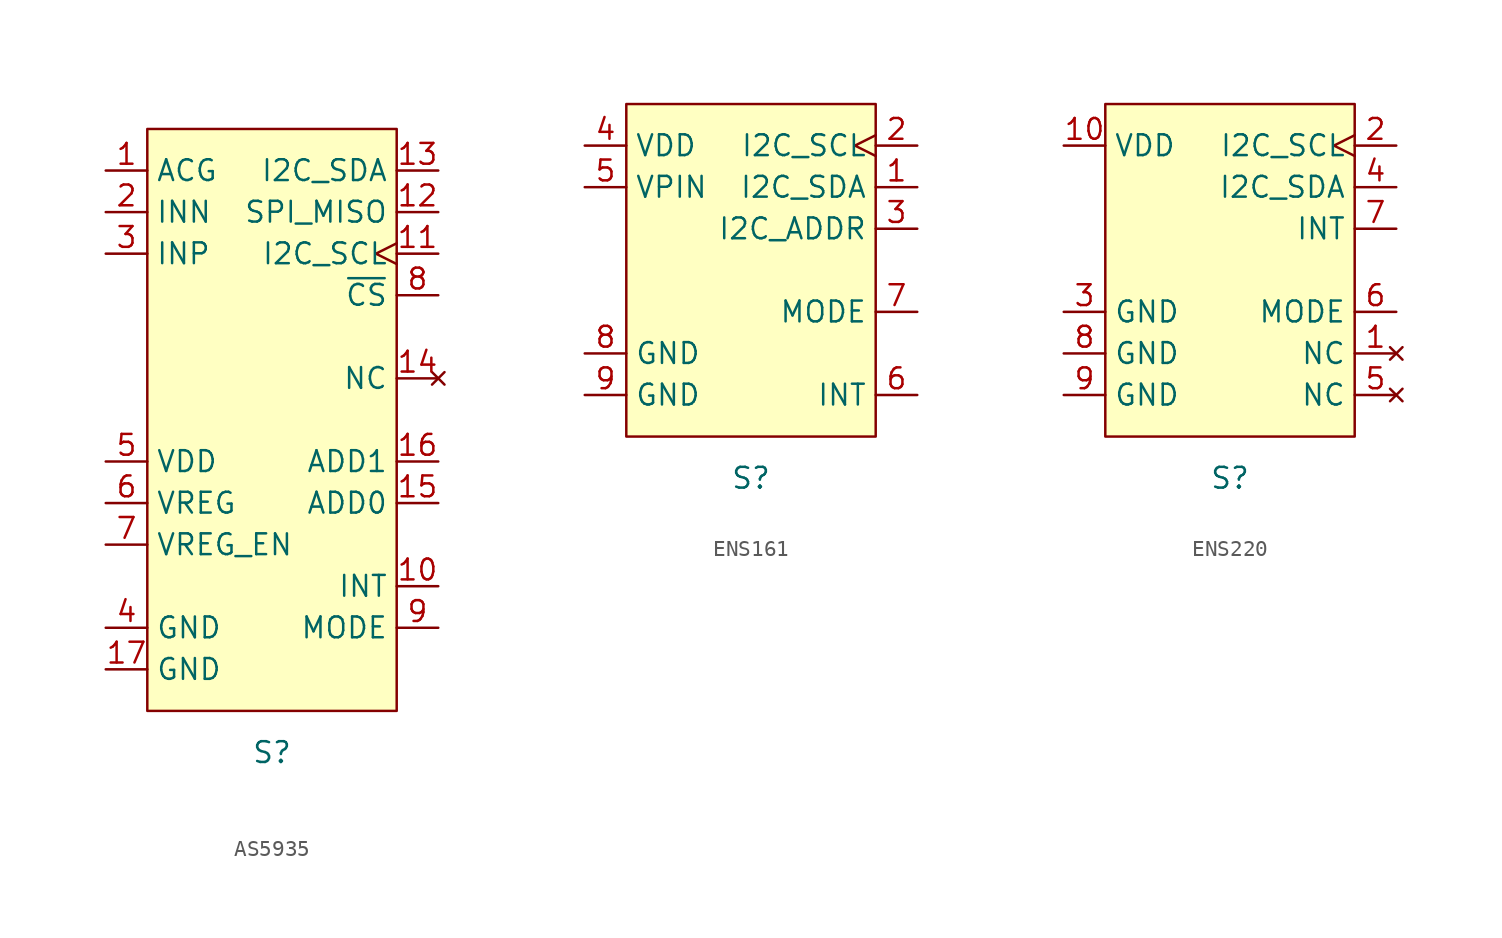
<source format=kicad_sym>
(kicad_symbol_lib
  (version 20220914)
  (generator kicad_symbol_editor)
  (symbol "AS5935"
    (property "Reference" "S"
      (at 0 -20.32 0)
      (effects (font (size 1.27 1.27))))
    (symbol "AS5935_1_1"
      (rectangle (start -7.62 17.78) (end 7.62 -17.78) (stroke (width 0) (type default)) (fill (type background)))
      (pin bidirectional line (at -10.16 15.24 0) (length 2.54) (name "ACG" (effects (font (size 1.27 1.27)))) (number "1" (effects (font (size 1.27 1.27)))))
      (pin output line (at 10.16 -10.16 180) (length 2.54) (name "INT" (effects (font (size 1.27 1.27)))) (number "10" (effects (font (size 1.27 1.27)))))
      (pin bidirectional clock (at 10.16 10.16 180) (length 2.54) (name "I2C_SCL" (effects (font (size 1.27 1.27)))) (number "11" (effects (font (size 1.27 1.27)))) (alternate "SPI_SCLK" bidirectional clock))
      (pin output line (at 10.16 12.7 180) (length 2.54) (name "SPI_MISO" (effects (font (size 1.27 1.27)))) (number "12" (effects (font (size 1.27 1.27)))))
      (pin bidirectional line (at 10.16 15.24 180) (length 2.54) (name "I2C_SDA" (effects (font (size 1.27 1.27)))) (number "13" (effects (font (size 1.27 1.27)))) (alternate "SPI_MOSI" input clock))
      (pin no_connect line (at 10.16 2.54 180) (length 2.54) (name "NC" (effects (font (size 1.27 1.27)))) (number "14" (effects (font (size 1.27 1.27)))))
      (pin input line (at 10.16 -5.08 180) (length 2.54) (name "ADD0" (effects (font (size 1.27 1.27)))) (number "15" (effects (font (size 1.27 1.27)))))
      (pin input line (at 10.16 -2.54 180) (length 2.54) (name "ADD1" (effects (font (size 1.27 1.27)))) (number "16" (effects (font (size 1.27 1.27)))))
      (pin passive line (at -10.16 -15.24 0) (length 2.54) (name "GND" (effects (font (size 1.27 1.27)))) (number "17" (effects (font (size 1.27 1.27)))))
      (pin bidirectional line (at -10.16 12.7 0) (length 2.54) (name "INN" (effects (font (size 1.27 1.27)))) (number "2" (effects (font (size 1.27 1.27)))))
      (pin bidirectional line (at -10.16 10.16 0) (length 2.54) (name "INP" (effects (font (size 1.27 1.27)))) (number "3" (effects (font (size 1.27 1.27)))))
      (pin passive line (at -10.16 -12.7 0) (length 2.54) (name "GND" (effects (font (size 1.27 1.27)))) (number "4" (effects (font (size 1.27 1.27)))))
      (pin power_in line (at -10.16 -2.54 0) (length 2.54) (name "VDD" (effects (font (size 1.27 1.27)))) (number "5" (effects (font (size 1.27 1.27)))))
      (pin passive line (at -10.16 -5.08 0) (length 2.54) (name "VREG" (effects (font (size 1.27 1.27)))) (number "6" (effects (font (size 1.27 1.27)))))
      (pin input line (at -10.16 -7.62 0) (length 2.54) (name "VREG_EN" (effects (font (size 1.27 1.27)))) (number "7" (effects (font (size 1.27 1.27)))))
      (pin input line (at 10.16 7.62 180) (length 2.54) (name "~{CS}" (effects (font (size 1.27 1.27)))) (number "8" (effects (font (size 1.27 1.27)))))
      (pin input line (at 10.16 -12.7 180) (length 2.54) (name "MODE" (effects (font (size 1.27 1.27)))) (number "9" (effects (font (size 1.27 1.27)))))))
  (symbol "ENS161"
    (property "Reference" "S"
      (at 0 -12.7 0)
      (effects (font (size 1.27 1.27))))
    (symbol "ENS161_1_1"
      (rectangle (start -7.62 10.16) (end 7.62 -10.16) (stroke (width 0) (type default)) (fill (type background)))
      (pin bidirectional line (at 10.16 5.08 180) (length 2.54) (name "I2C_SDA" (effects (font (size 1.27 1.27)))) (number "1" (effects (font (size 1.27 1.27)))) (alternate "SPI_MOSI" input line))
      (pin input clock (at 10.16 7.62 180) (length 2.54) (name "I2C_SCL" (effects (font (size 1.27 1.27)))) (number "2" (effects (font (size 1.27 1.27)))) (alternate "SPI_SCLK" input line))
      (pin input line (at 10.16 2.54 180) (length 2.54) (name "I2C_ADDR" (effects (font (size 1.27 1.27)))) (number "3" (effects (font (size 1.27 1.27)))) (alternate "SPI_MISO" output line))
      (pin power_in line (at -10.16 7.62 0) (length 2.54) (name "VDD" (effects (font (size 1.27 1.27)))) (number "4" (effects (font (size 1.27 1.27)))))
      (pin power_in line (at -10.16 5.08 0) (length 2.54) (name "VPIN" (effects (font (size 1.27 1.27)))) (number "5" (effects (font (size 1.27 1.27)))))
      (pin output line (at 10.16 -7.62 180) (length 2.54) (name "INT" (effects (font (size 1.27 1.27)))) (number "6" (effects (font (size 1.27 1.27)))))
      (pin input line (at 10.16 -2.54 180) (length 2.54) (name "MODE" (effects (font (size 1.27 1.27)))) (number "7" (effects (font (size 1.27 1.27)))))
      (pin passive line (at -10.16 -5.08 0) (length 2.54) (name "GND" (effects (font (size 1.27 1.27)))) (number "8" (effects (font (size 1.27 1.27)))))
      (pin passive line (at -10.16 -7.62 0) (length 2.54) (name "GND" (effects (font (size 1.27 1.27)))) (number "9" (effects (font (size 1.27 1.27)))))))
  (symbol "ENS220"
    (property "Reference" "S"
      (at 0 -12.7 0)
      (effects (font (size 1.27 1.27))))
    (property "Value" ""
      (at 0 -12.7 0)
      (effects (font (size 1.27 1.27))))
    (symbol "ENS220_1_1"
      (rectangle (start -7.62 10.16) (end 7.62 -10.16) (stroke (width 0) (type default)) (fill (type background)))
      (pin no_connect line (at 10.16 -5.08 180) (length 2.54) (name "NC" (effects (font (size 1.27 1.27)))) (number "1" (effects (font (size 1.27 1.27)))))
      (pin power_in line (at -10.16 7.62 0) (length 2.54) (name "VDD" (effects (font (size 1.27 1.27)))) (number "10" (effects (font (size 1.27 1.27)))))
      (pin input clock (at 10.16 7.62 180) (length 2.54) (name "I2C_SCL" (effects (font (size 1.27 1.27)))) (number "2" (effects (font (size 1.27 1.27)))) (alternate "SPI_SCLK" input clock))
      (pin passive line (at -10.16 -2.54 0) (length 2.54) (name "GND" (effects (font (size 1.27 1.27)))) (number "3" (effects (font (size 1.27 1.27)))))
      (pin bidirectional line (at 10.16 5.08 180) (length 2.54) (name "I2C_SDA" (effects (font (size 1.27 1.27)))) (number "4" (effects (font (size 1.27 1.27)))) (alternate "SPI_MOSI" input clock))
      (pin no_connect line (at 10.16 -7.62 180) (length 2.54) (name "NC" (effects (font (size 1.27 1.27)))) (number "5" (effects (font (size 1.27 1.27)))))
      (pin input line (at 10.16 -2.54 180) (length 2.54) (name "MODE" (effects (font (size 1.27 1.27)))) (number "6" (effects (font (size 1.27 1.27)))))
      (pin output line (at 10.16 2.54 180) (length 2.54) (name "INT" (effects (font (size 1.27 1.27)))) (number "7" (effects (font (size 1.27 1.27)))) (alternate "SPI_MISO" output line))
      (pin passive line (at -10.16 -5.08 0) (length 2.54) (name "GND" (effects (font (size 1.27 1.27)))) (number "8" (effects (font (size 1.27 1.27)))))
      (pin passive line (at -10.16 -7.62 0) (length 2.54) (name "GND" (effects (font (size 1.27 1.27)))) (number "9" (effects (font (size 1.27 1.27))))))))
</source>
